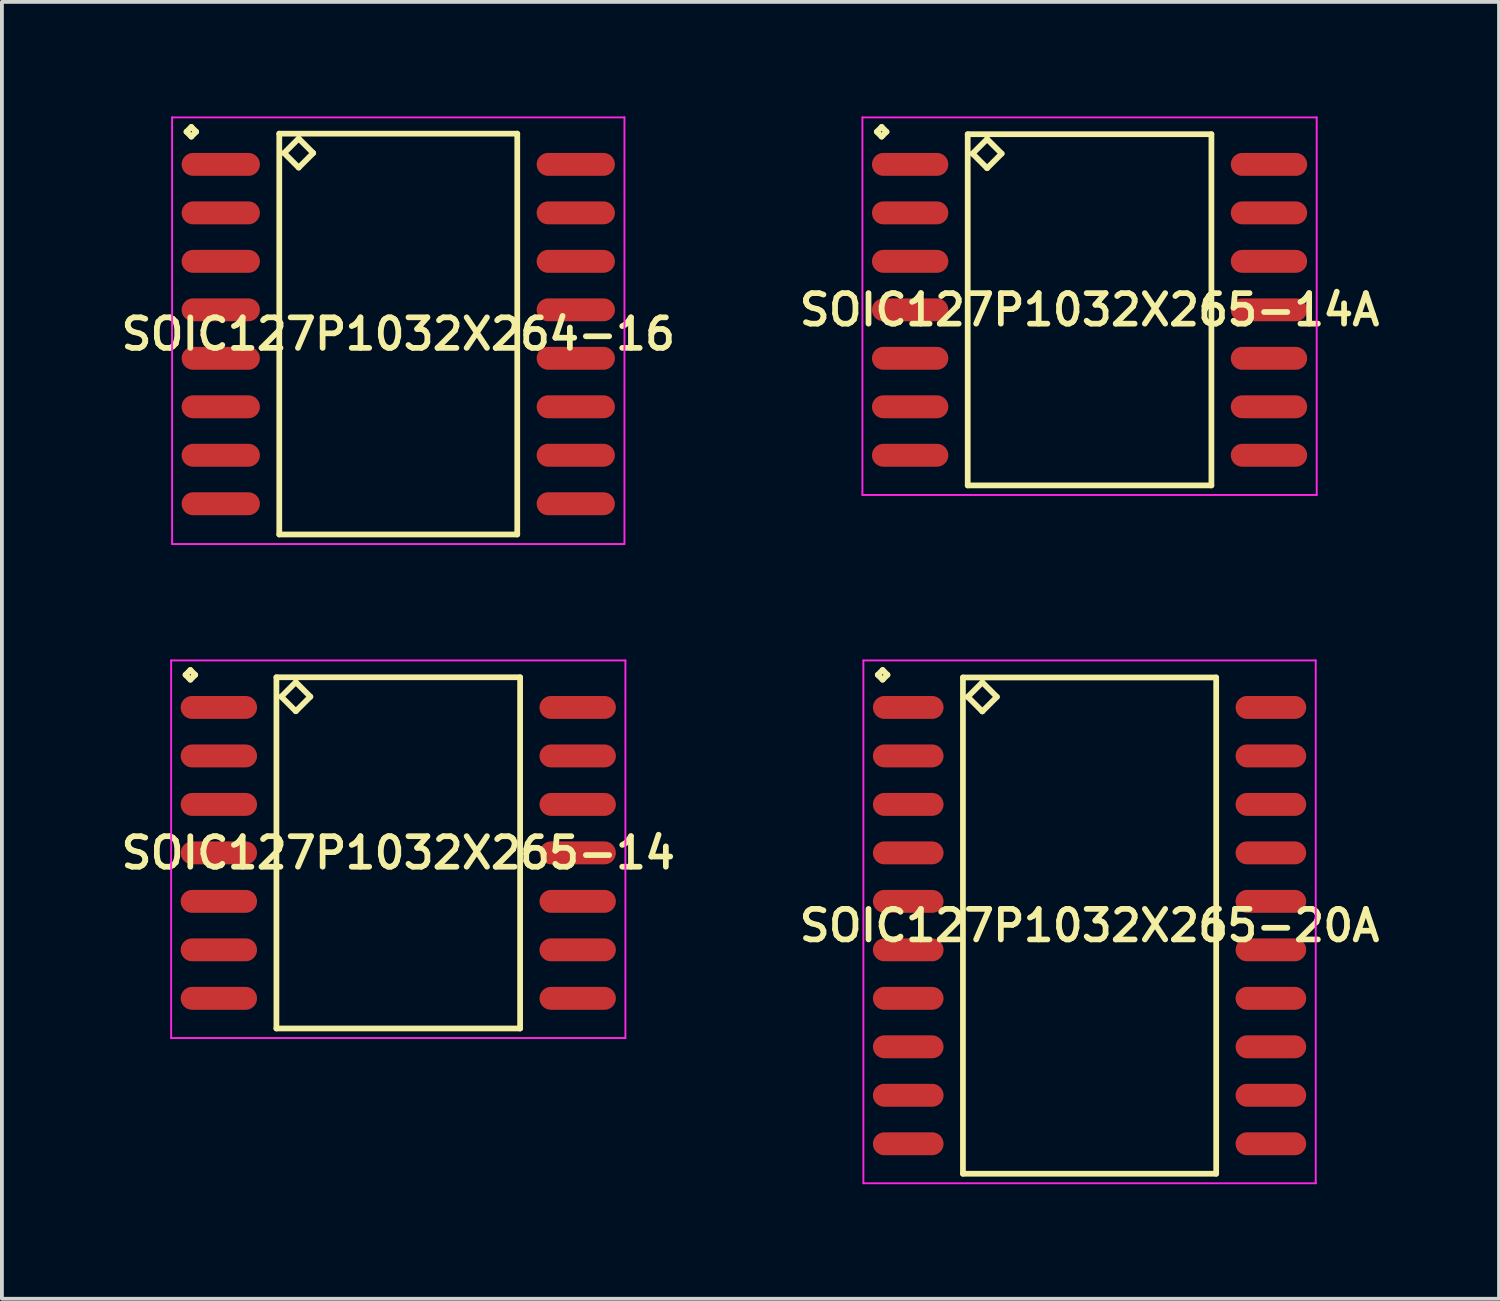
<source format=kicad_pcb>
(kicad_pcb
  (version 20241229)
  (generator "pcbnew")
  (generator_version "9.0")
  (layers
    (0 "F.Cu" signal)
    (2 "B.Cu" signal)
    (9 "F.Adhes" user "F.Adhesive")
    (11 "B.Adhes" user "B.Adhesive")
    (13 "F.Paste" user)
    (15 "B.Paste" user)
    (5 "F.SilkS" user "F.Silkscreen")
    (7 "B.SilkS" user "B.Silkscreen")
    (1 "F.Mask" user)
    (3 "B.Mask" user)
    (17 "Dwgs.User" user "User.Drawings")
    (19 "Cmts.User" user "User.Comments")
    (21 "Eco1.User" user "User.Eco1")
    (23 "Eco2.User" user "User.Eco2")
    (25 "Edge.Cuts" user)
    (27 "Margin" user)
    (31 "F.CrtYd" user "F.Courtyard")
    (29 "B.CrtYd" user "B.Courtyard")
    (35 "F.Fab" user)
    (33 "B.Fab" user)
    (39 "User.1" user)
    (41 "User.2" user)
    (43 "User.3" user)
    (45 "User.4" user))
  (footprint "SOIC127P1032X265-14"
    (layer "F.Cu")
    (at 7.383 19.292)
    (property "Reference" "SOIC127P1032X265-14" (at 0 0 0) (layer "F.SilkS") (effects (font (size 0.8 0.8) (thickness 0.15))))
    (attr smd)
    (fp_line (start -5.573 -4.664) (end -5.446 -4.791) (stroke (width 0.15) (type solid)) (layer "F.SilkS"))
    (fp_line (start -5.446 -4.791) (end -5.319 -4.664) (stroke (width 0.15) (type solid)) (layer "F.SilkS"))
    (fp_line (start -5.446 -4.537) (end -5.573 -4.664) (stroke (width 0.15) (type solid)) (layer "F.SilkS"))
    (fp_line (start -5.319 -4.664) (end -5.446 -4.537) (stroke (width 0.15) (type solid)) (layer "F.SilkS"))
    (fp_line (start -3.192 -4.6) (end -3.192 4.6) (stroke (width 0.15) (type solid)) (layer "F.SilkS"))
    (fp_line (start -3.192 4.6) (end 3.192 4.6) (stroke (width 0.15) (type solid)) (layer "F.SilkS"))
    (fp_line (start -3.065 -4.092) (end -2.684 -4.473) (stroke (width 0.15) (type solid)) (layer "F.SilkS"))
    (fp_line (start -2.684 -4.473) (end -2.303 -4.092) (stroke (width 0.15) (type solid)) (layer "F.SilkS"))
    (fp_line (start -2.684 -3.711) (end -3.065 -4.092) (stroke (width 0.15) (type solid)) (layer "F.SilkS"))
    (fp_line (start -2.303 -4.092) (end -2.684 -3.711) (stroke (width 0.15) (type solid)) (layer "F.SilkS"))
    (fp_line (start 3.192 -4.6) (end -3.192 -4.6) (stroke (width 0.15) (type solid)) (layer "F.SilkS"))
    (fp_line (start 3.192 4.6) (end 3.192 -4.6) (stroke (width 0.15) (type solid)) (layer "F.SilkS"))
    (fp_line (start -5.95 -5.041) (end 5.95 -5.041) (stroke (width 0.05) (type solid)) (layer "F.CrtYd"))
    (fp_line (start -5.95 4.85) (end -5.95 -5.041) (stroke (width 0.05) (type solid)) (layer "F.CrtYd"))
    (fp_line (start 5.95 -5.041) (end 5.95 4.85) (stroke (width 0.05) (type solid)) (layer "F.CrtYd"))
    (fp_line (start 5.95 4.85) (end -5.95 4.85) (stroke (width 0.05) (type solid)) (layer "F.CrtYd"))
    (pad "1" smd oval (at -4.7 -3.81) (size 2 0.6) (layers "F.Cu" "F.Mask" "F.Paste"))
    (pad "2" smd oval (at -4.7 -2.54) (size 2 0.6) (layers "F.Cu" "F.Mask" "F.Paste"))
    (pad "3" smd oval (at -4.7 -1.27) (size 2 0.6) (layers "F.Cu" "F.Mask" "F.Paste"))
    (pad "4" smd oval (at -4.7 0) (size 2 0.6) (layers "F.Cu" "F.Mask" "F.Paste"))
    (pad "5" smd oval (at -4.7 1.27) (size 2 0.6) (layers "F.Cu" "F.Mask" "F.Paste"))
    (pad "6" smd oval (at -4.7 2.54) (size 2 0.6) (layers "F.Cu" "F.Mask" "F.Paste"))
    (pad "7" smd oval (at -4.7 3.81) (size 2 0.6) (layers "F.Cu" "F.Mask" "F.Paste"))
    (pad "8" smd oval (at 4.7 3.81) (size 2 0.6) (layers "F.Cu" "F.Mask" "F.Paste"))
    (pad "9" smd oval (at 4.7 2.54) (size 2 0.6) (layers "F.Cu" "F.Mask" "F.Paste"))
    (pad "10" smd oval (at 4.7 1.27) (size 2 0.6) (layers "F.Cu" "F.Mask" "F.Paste"))
    (pad "11" smd oval (at 4.7 0) (size 2 0.6) (layers "F.Cu" "F.Mask" "F.Paste"))
    (pad "12" smd oval (at 4.7 -1.27) (size 2 0.6) (layers "F.Cu" "F.Mask" "F.Paste"))
    (pad "13" smd oval (at 4.7 -2.54) (size 2 0.6) (layers "F.Cu" "F.Mask" "F.Paste"))
    (pad "14" smd oval (at 4.7 -3.81) (size 2 0.6) (layers "F.Cu" "F.Mask" "F.Paste")))
  (footprint "SOIC127P1032X264-16"
    (layer "F.Cu")
    (at 7.383 5.701)
    (property "Reference" "SOIC127P1032X264-16" (at 0 0 0) (layer "F.SilkS") (effects (font (size 0.8 0.8) (thickness 0.15))))
    (attr smd)
    (fp_line (start -5.548 -5.299) (end -5.421 -5.426) (stroke (width 0.15) (type solid)) (layer "F.SilkS"))
    (fp_line (start -5.421 -5.426) (end -5.294 -5.299) (stroke (width 0.15) (type solid)) (layer "F.SilkS"))
    (fp_line (start -5.421 -5.172) (end -5.548 -5.299) (stroke (width 0.15) (type solid)) (layer "F.SilkS"))
    (fp_line (start -5.294 -5.299) (end -5.421 -5.172) (stroke (width 0.15) (type solid)) (layer "F.SilkS"))
    (fp_line (start -3.117 -5.25) (end -3.117 5.25) (stroke (width 0.15) (type solid)) (layer "F.SilkS"))
    (fp_line (start -3.117 5.25) (end 3.117 5.25) (stroke (width 0.15) (type solid)) (layer "F.SilkS"))
    (fp_line (start -2.99 -4.742) (end -2.609 -5.123) (stroke (width 0.15) (type solid)) (layer "F.SilkS"))
    (fp_line (start -2.609 -5.123) (end -2.228 -4.742) (stroke (width 0.15) (type solid)) (layer "F.SilkS"))
    (fp_line (start -2.609 -4.361) (end -2.99 -4.742) (stroke (width 0.15) (type solid)) (layer "F.SilkS"))
    (fp_line (start -2.228 -4.742) (end -2.609 -4.361) (stroke (width 0.15) (type solid)) (layer "F.SilkS"))
    (fp_line (start 3.117 -5.25) (end -3.117 -5.25) (stroke (width 0.15) (type solid)) (layer "F.SilkS"))
    (fp_line (start 3.117 5.25) (end 3.117 -5.25) (stroke (width 0.15) (type solid)) (layer "F.SilkS"))
    (fp_line (start -5.925 -5.676) (end 5.925 -5.676) (stroke (width 0.05) (type solid)) (layer "F.CrtYd"))
    (fp_line (start -5.925 5.5) (end -5.925 -5.676) (stroke (width 0.05) (type solid)) (layer "F.CrtYd"))
    (fp_line (start 5.925 -5.676) (end 5.925 5.5) (stroke (width 0.05) (type solid)) (layer "F.CrtYd"))
    (fp_line (start 5.925 5.5) (end -5.925 5.5) (stroke (width 0.05) (type solid)) (layer "F.CrtYd"))
    (pad "1" smd oval (at -4.65 -4.445) (size 2.05 0.6) (layers "F.Cu" "F.Mask" "F.Paste"))
    (pad "2" smd oval (at -4.65 -3.175) (size 2.05 0.6) (layers "F.Cu" "F.Mask" "F.Paste"))
    (pad "3" smd oval (at -4.65 -1.905) (size 2.05 0.6) (layers "F.Cu" "F.Mask" "F.Paste"))
    (pad "4" smd oval (at -4.65 -0.635) (size 2.05 0.6) (layers "F.Cu" "F.Mask" "F.Paste"))
    (pad "5" smd oval (at -4.65 0.635) (size 2.05 0.6) (layers "F.Cu" "F.Mask" "F.Paste"))
    (pad "6" smd oval (at -4.65 1.905) (size 2.05 0.6) (layers "F.Cu" "F.Mask" "F.Paste"))
    (pad "7" smd oval (at -4.65 3.175) (size 2.05 0.6) (layers "F.Cu" "F.Mask" "F.Paste"))
    (pad "8" smd oval (at -4.65 4.445) (size 2.05 0.6) (layers "F.Cu" "F.Mask" "F.Paste"))
    (pad "9" smd oval (at 4.65 4.445) (size 2.05 0.6) (layers "F.Cu" "F.Mask" "F.Paste"))
    (pad "10" smd oval (at 4.65 3.175) (size 2.05 0.6) (layers "F.Cu" "F.Mask" "F.Paste"))
    (pad "11" smd oval (at 4.65 1.905) (size 2.05 0.6) (layers "F.Cu" "F.Mask" "F.Paste"))
    (pad "12" smd oval (at 4.65 0.635) (size 2.05 0.6) (layers "F.Cu" "F.Mask" "F.Paste"))
    (pad "13" smd oval (at 4.65 -0.635) (size 2.05 0.6) (layers "F.Cu" "F.Mask" "F.Paste"))
    (pad "14" smd oval (at 4.65 -1.905) (size 2.05 0.6) (layers "F.Cu" "F.Mask" "F.Paste"))
    (pad "15" smd oval (at 4.65 -3.175) (size 2.05 0.6) (layers "F.Cu" "F.Mask" "F.Paste"))
    (pad "16" smd oval (at 4.65 -4.445) (size 2.05 0.6) (layers "F.Cu" "F.Mask" "F.Paste")))
  (footprint "SOIC127P1032X265-14A"
    (layer "F.Cu")
    (at 25.492 5.066)
    (property "Reference" "SOIC127P1032X265-14A" (at 0 0 0) (layer "F.SilkS") (effects (font (size 0.8 0.8) (thickness 0.15))))
    (attr smd)
    (fp_line (start -5.573 -4.664) (end -5.446 -4.791) (stroke (width 0.15) (type solid)) (layer "F.SilkS"))
    (fp_line (start -5.446 -4.791) (end -5.319 -4.664) (stroke (width 0.15) (type solid)) (layer "F.SilkS"))
    (fp_line (start -5.446 -4.537) (end -5.573 -4.664) (stroke (width 0.15) (type solid)) (layer "F.SilkS"))
    (fp_line (start -5.319 -4.664) (end -5.446 -4.537) (stroke (width 0.15) (type solid)) (layer "F.SilkS"))
    (fp_line (start -3.192 -4.6) (end -3.192 4.6) (stroke (width 0.15) (type solid)) (layer "F.SilkS"))
    (fp_line (start -3.192 4.6) (end 3.192 4.6) (stroke (width 0.15) (type solid)) (layer "F.SilkS"))
    (fp_line (start -3.065 -4.092) (end -2.684 -4.473) (stroke (width 0.15) (type solid)) (layer "F.SilkS"))
    (fp_line (start -2.684 -4.473) (end -2.303 -4.092) (stroke (width 0.15) (type solid)) (layer "F.SilkS"))
    (fp_line (start -2.684 -3.711) (end -3.065 -4.092) (stroke (width 0.15) (type solid)) (layer "F.SilkS"))
    (fp_line (start -2.303 -4.092) (end -2.684 -3.711) (stroke (width 0.15) (type solid)) (layer "F.SilkS"))
    (fp_line (start 3.192 -4.6) (end -3.192 -4.6) (stroke (width 0.15) (type solid)) (layer "F.SilkS"))
    (fp_line (start 3.192 4.6) (end 3.192 -4.6) (stroke (width 0.15) (type solid)) (layer "F.SilkS"))
    (fp_line (start -5.95 -5.041) (end 5.95 -5.041) (stroke (width 0.05) (type solid)) (layer "F.CrtYd"))
    (fp_line (start -5.95 4.85) (end -5.95 -5.041) (stroke (width 0.05) (type solid)) (layer "F.CrtYd"))
    (fp_line (start 5.95 -5.041) (end 5.95 4.85) (stroke (width 0.05) (type solid)) (layer "F.CrtYd"))
    (fp_line (start 5.95 4.85) (end -5.95 4.85) (stroke (width 0.05) (type solid)) (layer "F.CrtYd"))
    (pad "1" smd oval (at -4.7 -3.81) (size 2 0.6) (layers "F.Cu" "F.Mask" "F.Paste"))
    (pad "2" smd oval (at -4.7 -2.54) (size 2 0.6) (layers "F.Cu" "F.Mask" "F.Paste"))
    (pad "3" smd oval (at -4.7 -1.27) (size 2 0.6) (layers "F.Cu" "F.Mask" "F.Paste"))
    (pad "4" smd oval (at -4.7 0) (size 2 0.6) (layers "F.Cu" "F.Mask" "F.Paste"))
    (pad "5" smd oval (at -4.7 1.27) (size 2 0.6) (layers "F.Cu" "F.Mask" "F.Paste"))
    (pad "6" smd oval (at -4.7 2.54) (size 2 0.6) (layers "F.Cu" "F.Mask" "F.Paste"))
    (pad "7" smd oval (at -4.7 3.81) (size 2 0.6) (layers "F.Cu" "F.Mask" "F.Paste"))
    (pad "8" smd oval (at 4.7 3.81) (size 2 0.6) (layers "F.Cu" "F.Mask" "F.Paste"))
    (pad "9" smd oval (at 4.7 2.54) (size 2 0.6) (layers "F.Cu" "F.Mask" "F.Paste"))
    (pad "10" smd oval (at 4.7 1.27) (size 2 0.6) (layers "F.Cu" "F.Mask" "F.Paste"))
    (pad "11" smd oval (at 4.7 0) (size 2 0.6) (layers "F.Cu" "F.Mask" "F.Paste"))
    (pad "12" smd oval (at 4.7 -1.27) (size 2 0.6) (layers "F.Cu" "F.Mask" "F.Paste"))
    (pad "13" smd oval (at 4.7 -2.54) (size 2 0.6) (layers "F.Cu" "F.Mask" "F.Paste"))
    (pad "14" smd oval (at 4.7 -3.81) (size 2 0.6) (layers "F.Cu" "F.Mask" "F.Paste")))
  (footprint "SOIC127P1032X265-20A"
    (layer "F.Cu")
    (at 25.492 21.197)
    (property "Reference" "SOIC127P1032X265-20A" (at 0 0 0) (layer "F.SilkS") (effects (font (size 0.8 0.8) (thickness 0.15))))
    (attr smd)
    (fp_line (start -5.548 -6.569) (end -5.421 -6.696) (stroke (width 0.15) (type solid)) (layer "F.SilkS"))
    (fp_line (start -5.421 -6.696) (end -5.294 -6.569) (stroke (width 0.15) (type solid)) (layer "F.SilkS"))
    (fp_line (start -5.421 -6.442) (end -5.548 -6.569) (stroke (width 0.15) (type solid)) (layer "F.SilkS"))
    (fp_line (start -5.294 -6.569) (end -5.421 -6.442) (stroke (width 0.15) (type solid)) (layer "F.SilkS"))
    (fp_line (start -3.317 -6.5) (end -3.317 6.5) (stroke (width 0.15) (type solid)) (layer "F.SilkS"))
    (fp_line (start -3.317 6.5) (end 3.317 6.5) (stroke (width 0.15) (type solid)) (layer "F.SilkS"))
    (fp_line (start -3.19 -5.992) (end -2.809 -6.373) (stroke (width 0.15) (type solid)) (layer "F.SilkS"))
    (fp_line (start -2.809 -6.373) (end -2.428 -5.992) (stroke (width 0.15) (type solid)) (layer "F.SilkS"))
    (fp_line (start -2.809 -5.611) (end -3.19 -5.992) (stroke (width 0.15) (type solid)) (layer "F.SilkS"))
    (fp_line (start -2.428 -5.992) (end -2.809 -5.611) (stroke (width 0.15) (type solid)) (layer "F.SilkS"))
    (fp_line (start 3.317 -6.5) (end -3.317 -6.5) (stroke (width 0.15) (type solid)) (layer "F.SilkS"))
    (fp_line (start 3.317 6.5) (end 3.317 -6.5) (stroke (width 0.15) (type solid)) (layer "F.SilkS"))
    (fp_line (start -5.925 -6.946) (end 5.925 -6.946) (stroke (width 0.05) (type solid)) (layer "F.CrtYd"))
    (fp_line (start -5.925 6.75) (end -5.925 -6.946) (stroke (width 0.05) (type solid)) (layer "F.CrtYd"))
    (fp_line (start 5.925 -6.946) (end 5.925 6.75) (stroke (width 0.05) (type solid)) (layer "F.CrtYd"))
    (fp_line (start 5.925 6.75) (end -5.925 6.75) (stroke (width 0.05) (type solid)) (layer "F.CrtYd"))
    (pad "1" smd oval (at -4.75 -5.715) (size 1.85 0.6) (layers "F.Cu" "F.Mask" "F.Paste"))
    (pad "2" smd oval (at -4.75 -4.445) (size 1.85 0.6) (layers "F.Cu" "F.Mask" "F.Paste"))
    (pad "3" smd oval (at -4.75 -3.175) (size 1.85 0.6) (layers "F.Cu" "F.Mask" "F.Paste"))
    (pad "4" smd oval (at -4.75 -1.905) (size 1.85 0.6) (layers "F.Cu" "F.Mask" "F.Paste"))
    (pad "5" smd oval (at -4.75 -0.635) (size 1.85 0.6) (layers "F.Cu" "F.Mask" "F.Paste"))
    (pad "6" smd oval (at -4.75 0.635) (size 1.85 0.6) (layers "F.Cu" "F.Mask" "F.Paste"))
    (pad "7" smd oval (at -4.75 1.905) (size 1.85 0.6) (layers "F.Cu" "F.Mask" "F.Paste"))
    (pad "8" smd oval (at -4.75 3.175) (size 1.85 0.6) (layers "F.Cu" "F.Mask" "F.Paste"))
    (pad "9" smd oval (at -4.75 4.445) (size 1.85 0.6) (layers "F.Cu" "F.Mask" "F.Paste"))
    (pad "10" smd oval (at -4.75 5.715) (size 1.85 0.6) (layers "F.Cu" "F.Mask" "F.Paste"))
    (pad "11" smd oval (at 4.75 5.715) (size 1.85 0.6) (layers "F.Cu" "F.Mask" "F.Paste"))
    (pad "12" smd oval (at 4.75 4.445) (size 1.85 0.6) (layers "F.Cu" "F.Mask" "F.Paste"))
    (pad "13" smd oval (at 4.75 3.175) (size 1.85 0.6) (layers "F.Cu" "F.Mask" "F.Paste"))
    (pad "14" smd oval (at 4.75 1.905) (size 1.85 0.6) (layers "F.Cu" "F.Mask" "F.Paste"))
    (pad "15" smd oval (at 4.75 0.635) (size 1.85 0.6) (layers "F.Cu" "F.Mask" "F.Paste"))
    (pad "16" smd oval (at 4.75 -0.635) (size 1.85 0.6) (layers "F.Cu" "F.Mask" "F.Paste"))
    (pad "17" smd oval (at 4.75 -1.905) (size 1.85 0.6) (layers "F.Cu" "F.Mask" "F.Paste"))
    (pad "18" smd oval (at 4.75 -3.175) (size 1.85 0.6) (layers "F.Cu" "F.Mask" "F.Paste"))
    (pad "19" smd oval (at 4.75 -4.445) (size 1.85 0.6) (layers "F.Cu" "F.Mask" "F.Paste"))
    (pad "20" smd oval (at 4.75 -5.715) (size 1.85 0.6) (layers "F.Cu" "F.Mask" "F.Paste")))
  (gr_rect
    (start -3 -3)
    (end 36.218 30.972)
    (stroke (width 0.1) (type default))
    (fill no)
    (layer "Edge.Cuts")))
</source>
